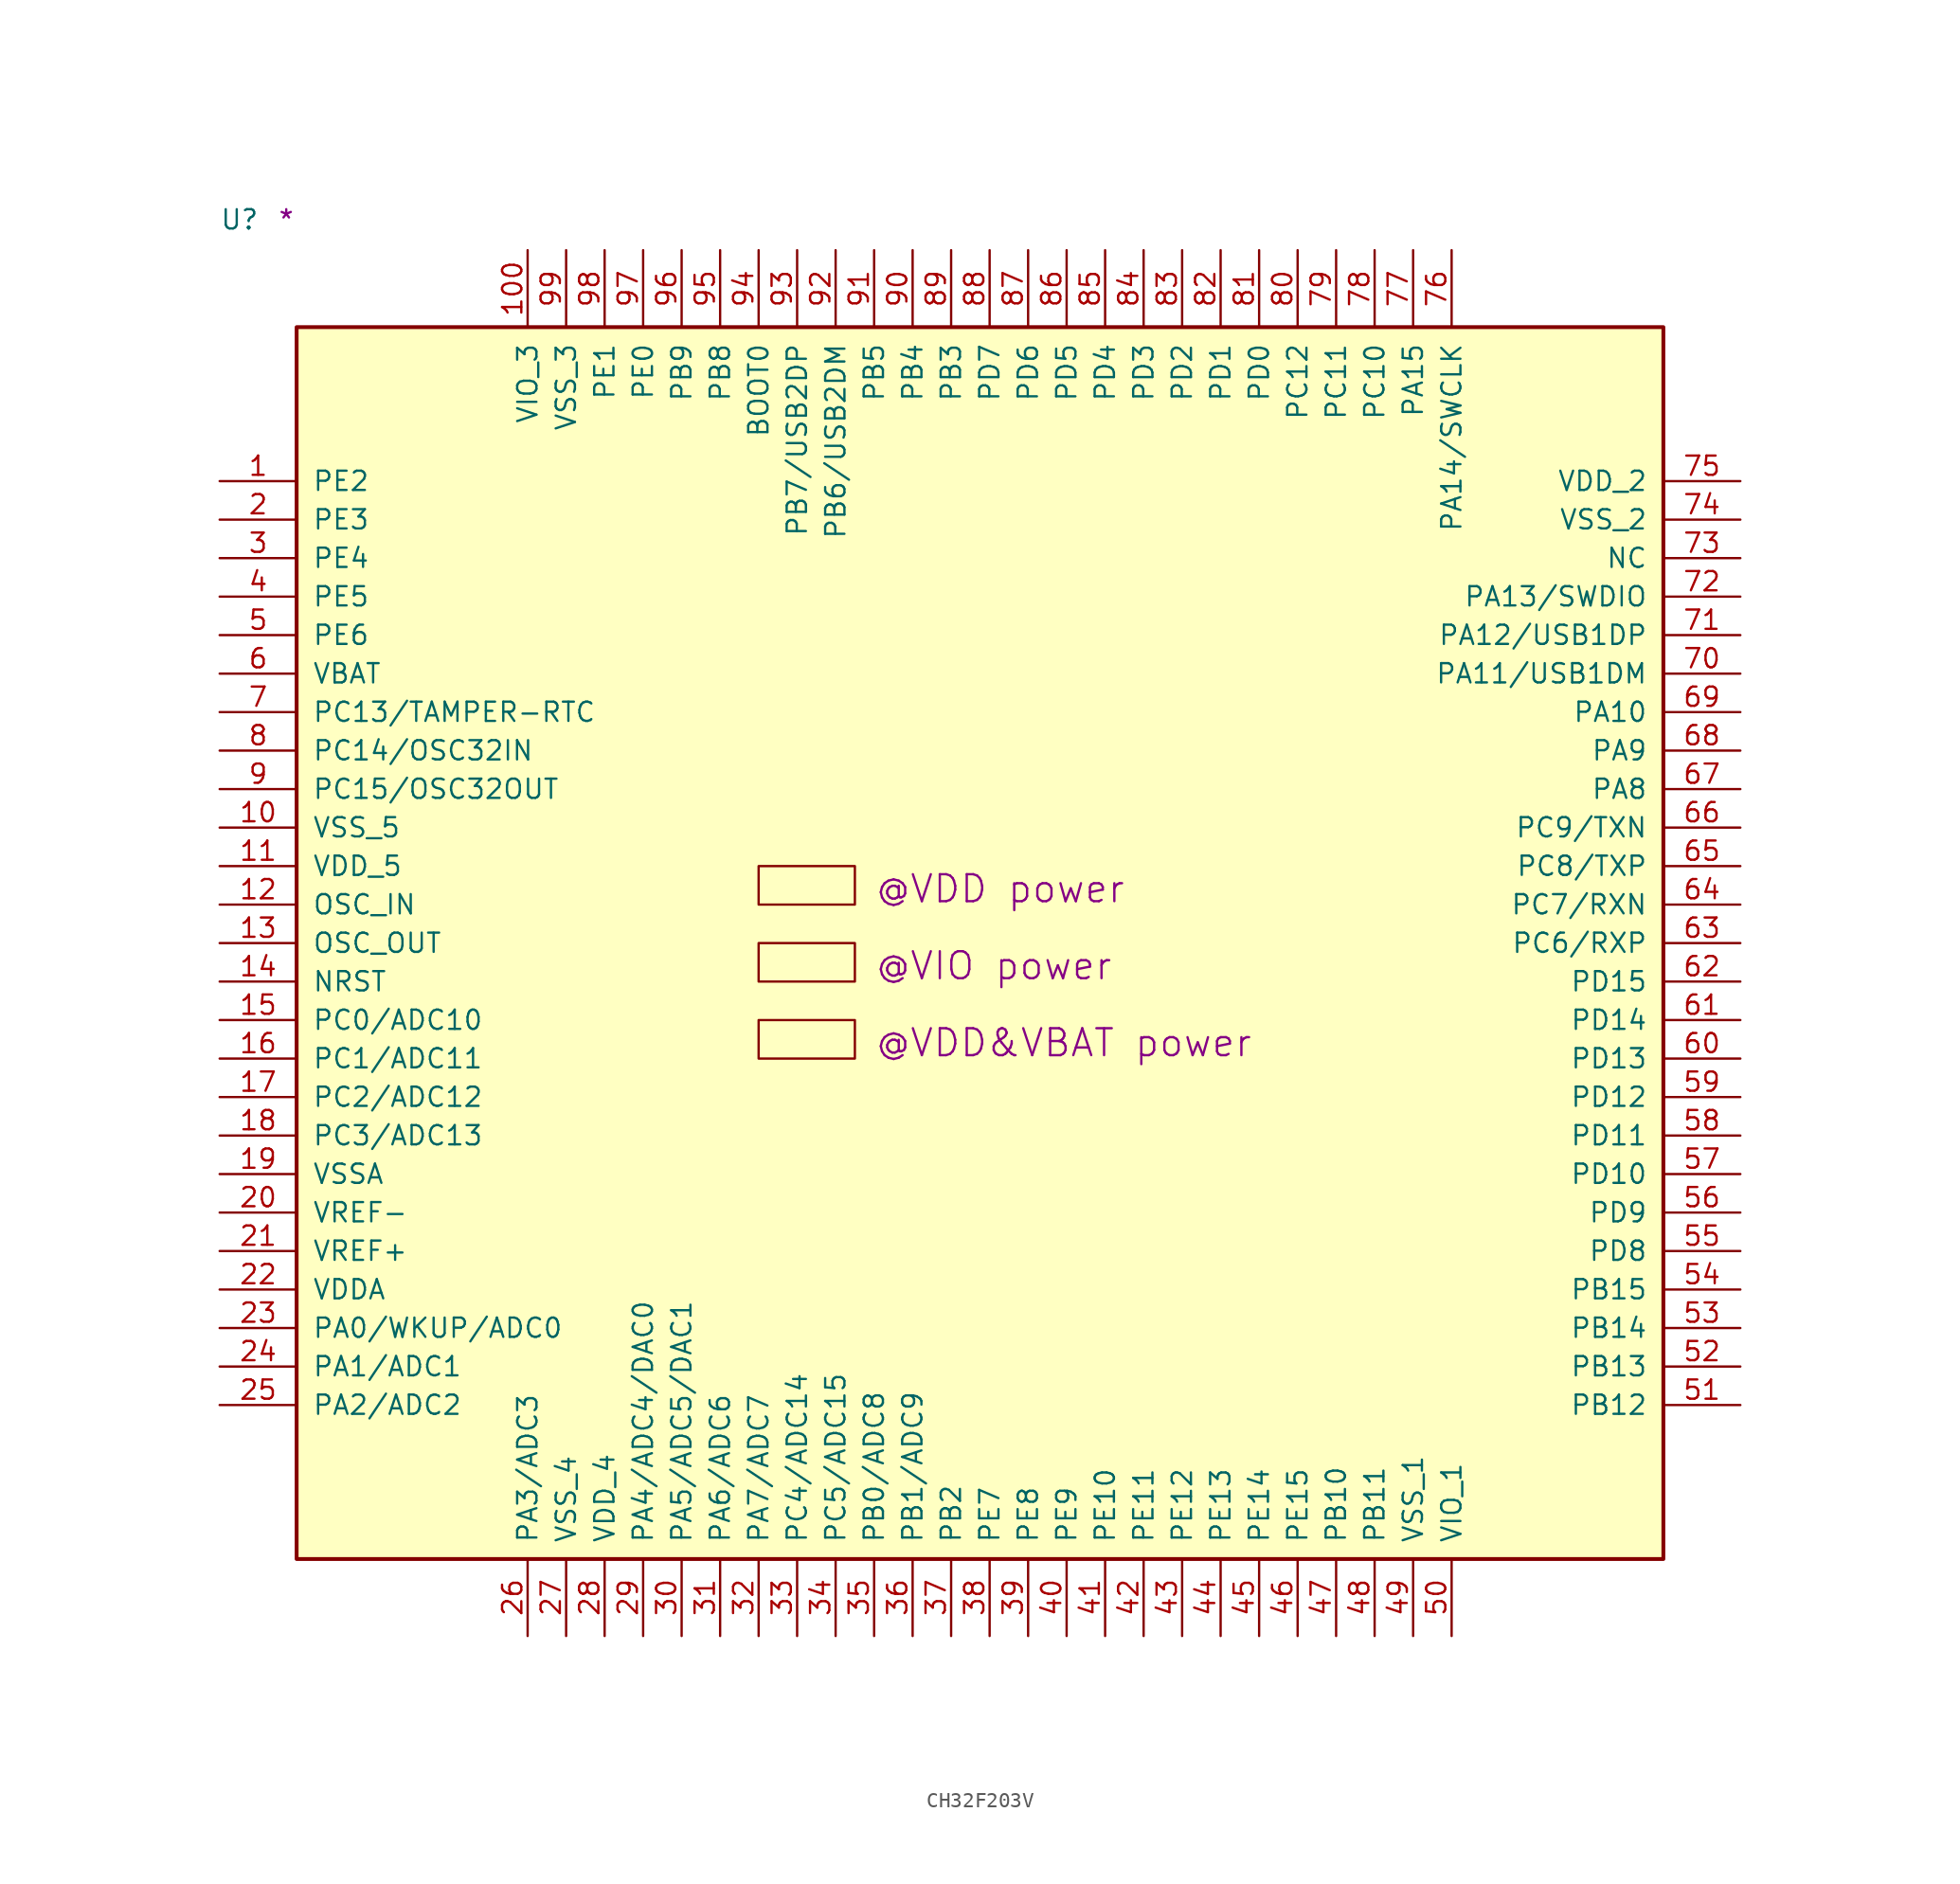
<source format=kicad_sym>
(kicad_symbol_lib
  (version 20211014)
  (generator kicad_symbol_editor)
  (symbol "CH32F203V"
    (pin_names
      (offset 1.016))
    (property "Reference" "U"
      (at -5.08 6.35 0)
      (effects (font (size 1.27 1.27)) (justify left bottom)))
    (property "user" "@VDD power"
      (at 38.1 -38.1 0)
      (effects (font (size 1.778 1.778)) (justify left bottom)))
    (property "user_1" "@VIO power"
      (at 38.1 -43.18 0)
      (effects (font (size 1.778 1.778)) (justify left bottom)))
    (property "user_2" "@VDD&VBAT power"
      (at 38.1 -48.26 0)
      (effects (font (size 1.778 1.778)) (justify left bottom)))
    (property "Comment" "*"
      (at -1.27 6.35 0)
      (effects (font (size 1.27 1.27)) (justify left bottom)))
    (symbol "CH32F203V_1_1"
      (rectangle (start 0 -81.28) (end 90.17 0) (stroke (width 0.254) (type default) (color 0 0 0 0)) (fill (type background)))
      (rectangle (start 30.48 -48.26) (end 36.83 -45.72) (stroke (width 0) (type default) (color 0 0 0 0)) (fill (type background)))
      (rectangle (start 30.48 -43.18) (end 36.83 -40.64) (stroke (width 0) (type default) (color 0 0 0 0)) (fill (type background)))
      (rectangle (start 30.48 -38.1) (end 36.83 -35.56) (stroke (width 0) (type default) (color 0 0 0 0)) (fill (type background)))
      (pin bidirectional line (at -5.08 -10.16 0) (length 5.08) (name "PE2" (effects (font (size 1.27 1.27)))) (number "1" (effects (font (size 1.27 1.27)))))
      (pin power_in line (at -5.08 -33.02 0) (length 5.08) (name "VSS_5" (effects (font (size 1.27 1.27)))) (number "10" (effects (font (size 1.27 1.27)))))
      (pin power_in line (at 15.24 5.08 270) (length 5.08) (name "VIO_3" (effects (font (size 1.27 1.27)))) (number "100" (effects (font (size 1.27 1.27)))))
      (pin power_in line (at -5.08 -35.56 0) (length 5.08) (name "VDD_5" (effects (font (size 1.27 1.27)))) (number "11" (effects (font (size 1.27 1.27)))))
      (pin input line (at -5.08 -38.1 0) (length 5.08) (name "OSC_IN" (effects (font (size 1.27 1.27)))) (number "12" (effects (font (size 1.27 1.27)))))
      (pin output line (at -5.08 -40.64 0) (length 5.08) (name "OSC_OUT" (effects (font (size 1.27 1.27)))) (number "13" (effects (font (size 1.27 1.27)))))
      (pin bidirectional line (at -5.08 -43.18 0) (length 5.08) (name "NRST" (effects (font (size 1.27 1.27)))) (number "14" (effects (font (size 1.27 1.27)))))
      (pin bidirectional line (at -5.08 -45.72 0) (length 5.08) (name "PC0/ADC10" (effects (font (size 1.27 1.27)))) (number "15" (effects (font (size 1.27 1.27)))))
      (pin bidirectional line (at -5.08 -48.26 0) (length 5.08) (name "PC1/ADC11" (effects (font (size 1.27 1.27)))) (number "16" (effects (font (size 1.27 1.27)))))
      (pin bidirectional line (at -5.08 -50.8 0) (length 5.08) (name "PC2/ADC12" (effects (font (size 1.27 1.27)))) (number "17" (effects (font (size 1.27 1.27)))))
      (pin bidirectional line (at -5.08 -53.34 0) (length 5.08) (name "PC3/ADC13" (effects (font (size 1.27 1.27)))) (number "18" (effects (font (size 1.27 1.27)))))
      (pin power_in line (at -5.08 -55.88 0) (length 5.08) (name "VSSA" (effects (font (size 1.27 1.27)))) (number "19" (effects (font (size 1.27 1.27)))))
      (pin bidirectional line (at -5.08 -12.7 0) (length 5.08) (name "PE3" (effects (font (size 1.27 1.27)))) (number "2" (effects (font (size 1.27 1.27)))))
      (pin power_in line (at -5.08 -58.42 0) (length 5.08) (name "VREF-" (effects (font (size 1.27 1.27)))) (number "20" (effects (font (size 1.27 1.27)))))
      (pin power_in line (at -5.08 -60.96 0) (length 5.08) (name "VREF+" (effects (font (size 1.27 1.27)))) (number "21" (effects (font (size 1.27 1.27)))))
      (pin power_in line (at -5.08 -63.5 0) (length 5.08) (name "VDDA" (effects (font (size 1.27 1.27)))) (number "22" (effects (font (size 1.27 1.27)))))
      (pin bidirectional line (at -5.08 -66.04 0) (length 5.08) (name "PA0/WKUP/ADC0" (effects (font (size 1.27 1.27)))) (number "23" (effects (font (size 1.27 1.27)))))
      (pin bidirectional line (at -5.08 -68.58 0) (length 5.08) (name "PA1/ADC1" (effects (font (size 1.27 1.27)))) (number "24" (effects (font (size 1.27 1.27)))))
      (pin bidirectional line (at -5.08 -71.12 0) (length 5.08) (name "PA2/ADC2" (effects (font (size 1.27 1.27)))) (number "25" (effects (font (size 1.27 1.27)))))
      (pin bidirectional line (at 15.24 -86.36 90) (length 5.08) (name "PA3/ADC3" (effects (font (size 1.27 1.27)))) (number "26" (effects (font (size 1.27 1.27)))))
      (pin power_in line (at 17.78 -86.36 90) (length 5.08) (name "VSS_4" (effects (font (size 1.27 1.27)))) (number "27" (effects (font (size 1.27 1.27)))))
      (pin power_in line (at 20.32 -86.36 90) (length 5.08) (name "VDD_4" (effects (font (size 1.27 1.27)))) (number "28" (effects (font (size 1.27 1.27)))))
      (pin bidirectional line (at 22.86 -86.36 90) (length 5.08) (name "PA4/ADC4/DAC0" (effects (font (size 1.27 1.27)))) (number "29" (effects (font (size 1.27 1.27)))))
      (pin bidirectional line (at -5.08 -15.24 0) (length 5.08) (name "PE4" (effects (font (size 1.27 1.27)))) (number "3" (effects (font (size 1.27 1.27)))))
      (pin bidirectional line (at 25.4 -86.36 90) (length 5.08) (name "PA5/ADC5/DAC1" (effects (font (size 1.27 1.27)))) (number "30" (effects (font (size 1.27 1.27)))))
      (pin bidirectional line (at 27.94 -86.36 90) (length 5.08) (name "PA6/ADC6" (effects (font (size 1.27 1.27)))) (number "31" (effects (font (size 1.27 1.27)))))
      (pin bidirectional line (at 30.48 -86.36 90) (length 5.08) (name "PA7/ADC7" (effects (font (size 1.27 1.27)))) (number "32" (effects (font (size 1.27 1.27)))))
      (pin bidirectional line (at 33.02 -86.36 90) (length 5.08) (name "PC4/ADC14" (effects (font (size 1.27 1.27)))) (number "33" (effects (font (size 1.27 1.27)))))
      (pin bidirectional line (at 35.56 -86.36 90) (length 5.08) (name "PC5/ADC15" (effects (font (size 1.27 1.27)))) (number "34" (effects (font (size 1.27 1.27)))))
      (pin bidirectional line (at 38.1 -86.36 90) (length 5.08) (name "PB0/ADC8" (effects (font (size 1.27 1.27)))) (number "35" (effects (font (size 1.27 1.27)))))
      (pin bidirectional line (at 40.64 -86.36 90) (length 5.08) (name "PB1/ADC9" (effects (font (size 1.27 1.27)))) (number "36" (effects (font (size 1.27 1.27)))))
      (pin bidirectional line (at 43.18 -86.36 90) (length 5.08) (name "PB2" (effects (font (size 1.27 1.27)))) (number "37" (effects (font (size 1.27 1.27)))))
      (pin bidirectional line (at 45.72 -86.36 90) (length 5.08) (name "PE7" (effects (font (size 1.27 1.27)))) (number "38" (effects (font (size 1.27 1.27)))))
      (pin bidirectional line (at 48.26 -86.36 90) (length 5.08) (name "PE8" (effects (font (size 1.27 1.27)))) (number "39" (effects (font (size 1.27 1.27)))))
      (pin bidirectional line (at -5.08 -17.78 0) (length 5.08) (name "PE5" (effects (font (size 1.27 1.27)))) (number "4" (effects (font (size 1.27 1.27)))))
      (pin bidirectional line (at 50.8 -86.36 90) (length 5.08) (name "PE9" (effects (font (size 1.27 1.27)))) (number "40" (effects (font (size 1.27 1.27)))))
      (pin bidirectional line (at 53.34 -86.36 90) (length 5.08) (name "PE10" (effects (font (size 1.27 1.27)))) (number "41" (effects (font (size 1.27 1.27)))))
      (pin bidirectional line (at 55.88 -86.36 90) (length 5.08) (name "PE11" (effects (font (size 1.27 1.27)))) (number "42" (effects (font (size 1.27 1.27)))))
      (pin bidirectional line (at 58.42 -86.36 90) (length 5.08) (name "PE12" (effects (font (size 1.27 1.27)))) (number "43" (effects (font (size 1.27 1.27)))))
      (pin bidirectional line (at 60.96 -86.36 90) (length 5.08) (name "PE13" (effects (font (size 1.27 1.27)))) (number "44" (effects (font (size 1.27 1.27)))))
      (pin bidirectional line (at 63.5 -86.36 90) (length 5.08) (name "PE14" (effects (font (size 1.27 1.27)))) (number "45" (effects (font (size 1.27 1.27)))))
      (pin bidirectional line (at 66.04 -86.36 90) (length 5.08) (name "PE15" (effects (font (size 1.27 1.27)))) (number "46" (effects (font (size 1.27 1.27)))))
      (pin bidirectional line (at 68.58 -86.36 90) (length 5.08) (name "PB10" (effects (font (size 1.27 1.27)))) (number "47" (effects (font (size 1.27 1.27)))))
      (pin bidirectional line (at 71.12 -86.36 90) (length 5.08) (name "PB11" (effects (font (size 1.27 1.27)))) (number "48" (effects (font (size 1.27 1.27)))))
      (pin power_in line (at 73.66 -86.36 90) (length 5.08) (name "VSS_1" (effects (font (size 1.27 1.27)))) (number "49" (effects (font (size 1.27 1.27)))))
      (pin bidirectional line (at -5.08 -20.32 0) (length 5.08) (name "PE6" (effects (font (size 1.27 1.27)))) (number "5" (effects (font (size 1.27 1.27)))))
      (pin power_in line (at 76.2 -86.36 90) (length 5.08) (name "VIO_1" (effects (font (size 1.27 1.27)))) (number "50" (effects (font (size 1.27 1.27)))))
      (pin bidirectional line (at 95.25 -71.12 180) (length 5.08) (name "PB12" (effects (font (size 1.27 1.27)))) (number "51" (effects (font (size 1.27 1.27)))))
      (pin bidirectional line (at 95.25 -68.58 180) (length 5.08) (name "PB13" (effects (font (size 1.27 1.27)))) (number "52" (effects (font (size 1.27 1.27)))))
      (pin bidirectional line (at 95.25 -66.04 180) (length 5.08) (name "PB14" (effects (font (size 1.27 1.27)))) (number "53" (effects (font (size 1.27 1.27)))))
      (pin bidirectional line (at 95.25 -63.5 180) (length 5.08) (name "PB15" (effects (font (size 1.27 1.27)))) (number "54" (effects (font (size 1.27 1.27)))))
      (pin bidirectional line (at 95.25 -60.96 180) (length 5.08) (name "PD8" (effects (font (size 1.27 1.27)))) (number "55" (effects (font (size 1.27 1.27)))))
      (pin bidirectional line (at 95.25 -58.42 180) (length 5.08) (name "PD9" (effects (font (size 1.27 1.27)))) (number "56" (effects (font (size 1.27 1.27)))))
      (pin bidirectional line (at 95.25 -55.88 180) (length 5.08) (name "PD10" (effects (font (size 1.27 1.27)))) (number "57" (effects (font (size 1.27 1.27)))))
      (pin bidirectional line (at 95.25 -53.34 180) (length 5.08) (name "PD11" (effects (font (size 1.27 1.27)))) (number "58" (effects (font (size 1.27 1.27)))))
      (pin bidirectional line (at 95.25 -50.8 180) (length 5.08) (name "PD12" (effects (font (size 1.27 1.27)))) (number "59" (effects (font (size 1.27 1.27)))))
      (pin power_in line (at -5.08 -22.86 0) (length 5.08) (name "VBAT" (effects (font (size 1.27 1.27)))) (number "6" (effects (font (size 1.27 1.27)))))
      (pin bidirectional line (at 95.25 -48.26 180) (length 5.08) (name "PD13" (effects (font (size 1.27 1.27)))) (number "60" (effects (font (size 1.27 1.27)))))
      (pin bidirectional line (at 95.25 -45.72 180) (length 5.08) (name "PD14" (effects (font (size 1.27 1.27)))) (number "61" (effects (font (size 1.27 1.27)))))
      (pin bidirectional line (at 95.25 -43.18 180) (length 5.08) (name "PD15" (effects (font (size 1.27 1.27)))) (number "62" (effects (font (size 1.27 1.27)))))
      (pin bidirectional line (at 95.25 -40.64 180) (length 5.08) (name "PC6/RXP" (effects (font (size 1.27 1.27)))) (number "63" (effects (font (size 1.27 1.27)))))
      (pin bidirectional line (at 95.25 -38.1 180) (length 5.08) (name "PC7/RXN" (effects (font (size 1.27 1.27)))) (number "64" (effects (font (size 1.27 1.27)))))
      (pin bidirectional line (at 95.25 -35.56 180) (length 5.08) (name "PC8/TXP" (effects (font (size 1.27 1.27)))) (number "65" (effects (font (size 1.27 1.27)))))
      (pin bidirectional line (at 95.25 -33.02 180) (length 5.08) (name "PC9/TXN" (effects (font (size 1.27 1.27)))) (number "66" (effects (font (size 1.27 1.27)))))
      (pin bidirectional line (at 95.25 -30.48 180) (length 5.08) (name "PA8" (effects (font (size 1.27 1.27)))) (number "67" (effects (font (size 1.27 1.27)))))
      (pin bidirectional line (at 95.25 -27.94 180) (length 5.08) (name "PA9" (effects (font (size 1.27 1.27)))) (number "68" (effects (font (size 1.27 1.27)))))
      (pin bidirectional line (at 95.25 -25.4 180) (length 5.08) (name "PA10" (effects (font (size 1.27 1.27)))) (number "69" (effects (font (size 1.27 1.27)))))
      (pin bidirectional line (at -5.08 -25.4 0) (length 5.08) (name "PC13/TAMPER-RTC" (effects (font (size 1.27 1.27)))) (number "7" (effects (font (size 1.27 1.27)))))
      (pin bidirectional line (at 95.25 -22.86 180) (length 5.08) (name "PA11/USB1DM" (effects (font (size 1.27 1.27)))) (number "70" (effects (font (size 1.27 1.27)))))
      (pin bidirectional line (at 95.25 -20.32 180) (length 5.08) (name "PA12/USB1DP" (effects (font (size 1.27 1.27)))) (number "71" (effects (font (size 1.27 1.27)))))
      (pin bidirectional line (at 95.25 -17.78 180) (length 5.08) (name "PA13/SWDIO" (effects (font (size 1.27 1.27)))) (number "72" (effects (font (size 1.27 1.27)))))
      (pin tri_state line (at 95.25 -15.24 180) (length 5.08) (name "NC" (effects (font (size 1.27 1.27)))) (number "73" (effects (font (size 1.27 1.27)))))
      (pin power_in line (at 95.25 -12.7 180) (length 5.08) (name "VSS_2" (effects (font (size 1.27 1.27)))) (number "74" (effects (font (size 1.27 1.27)))))
      (pin power_in line (at 95.25 -10.16 180) (length 5.08) (name "VDD_2" (effects (font (size 1.27 1.27)))) (number "75" (effects (font (size 1.27 1.27)))))
      (pin bidirectional line (at 76.2 5.08 270) (length 5.08) (name "PA14/SWCLK" (effects (font (size 1.27 1.27)))) (number "76" (effects (font (size 1.27 1.27)))))
      (pin bidirectional line (at 73.66 5.08 270) (length 5.08) (name "PA15" (effects (font (size 1.27 1.27)))) (number "77" (effects (font (size 1.27 1.27)))))
      (pin bidirectional line (at 71.12 5.08 270) (length 5.08) (name "PC10" (effects (font (size 1.27 1.27)))) (number "78" (effects (font (size 1.27 1.27)))))
      (pin bidirectional line (at 68.58 5.08 270) (length 5.08) (name "PC11" (effects (font (size 1.27 1.27)))) (number "79" (effects (font (size 1.27 1.27)))))
      (pin bidirectional line (at -5.08 -27.94 0) (length 5.08) (name "PC14/OSC32IN" (effects (font (size 1.27 1.27)))) (number "8" (effects (font (size 1.27 1.27)))))
      (pin bidirectional line (at 66.04 5.08 270) (length 5.08) (name "PC12" (effects (font (size 1.27 1.27)))) (number "80" (effects (font (size 1.27 1.27)))))
      (pin bidirectional line (at 63.5 5.08 270) (length 5.08) (name "PD0" (effects (font (size 1.27 1.27)))) (number "81" (effects (font (size 1.27 1.27)))))
      (pin bidirectional line (at 60.96 5.08 270) (length 5.08) (name "PD1" (effects (font (size 1.27 1.27)))) (number "82" (effects (font (size 1.27 1.27)))))
      (pin bidirectional line (at 58.42 5.08 270) (length 5.08) (name "PD2" (effects (font (size 1.27 1.27)))) (number "83" (effects (font (size 1.27 1.27)))))
      (pin bidirectional line (at 55.88 5.08 270) (length 5.08) (name "PD3" (effects (font (size 1.27 1.27)))) (number "84" (effects (font (size 1.27 1.27)))))
      (pin bidirectional line (at 53.34 5.08 270) (length 5.08) (name "PD4" (effects (font (size 1.27 1.27)))) (number "85" (effects (font (size 1.27 1.27)))))
      (pin bidirectional line (at 50.8 5.08 270) (length 5.08) (name "PD5" (effects (font (size 1.27 1.27)))) (number "86" (effects (font (size 1.27 1.27)))))
      (pin bidirectional line (at 48.26 5.08 270) (length 5.08) (name "PD6" (effects (font (size 1.27 1.27)))) (number "87" (effects (font (size 1.27 1.27)))))
      (pin bidirectional line (at 45.72 5.08 270) (length 5.08) (name "PD7" (effects (font (size 1.27 1.27)))) (number "88" (effects (font (size 1.27 1.27)))))
      (pin bidirectional line (at 43.18 5.08 270) (length 5.08) (name "PB3" (effects (font (size 1.27 1.27)))) (number "89" (effects (font (size 1.27 1.27)))))
      (pin bidirectional line (at -5.08 -30.48 0) (length 5.08) (name "PC15/OSC32OUT" (effects (font (size 1.27 1.27)))) (number "9" (effects (font (size 1.27 1.27)))))
      (pin bidirectional line (at 40.64 5.08 270) (length 5.08) (name "PB4" (effects (font (size 1.27 1.27)))) (number "90" (effects (font (size 1.27 1.27)))))
      (pin bidirectional line (at 38.1 5.08 270) (length 5.08) (name "PB5" (effects (font (size 1.27 1.27)))) (number "91" (effects (font (size 1.27 1.27)))))
      (pin bidirectional line (at 35.56 5.08 270) (length 5.08) (name "PB6/USB2DM" (effects (font (size 1.27 1.27)))) (number "92" (effects (font (size 1.27 1.27)))))
      (pin bidirectional line (at 33.02 5.08 270) (length 5.08) (name "PB7/USB2DP" (effects (font (size 1.27 1.27)))) (number "93" (effects (font (size 1.27 1.27)))))
      (pin input line (at 30.48 5.08 270) (length 5.08) (name "BOOT0" (effects (font (size 1.27 1.27)))) (number "94" (effects (font (size 1.27 1.27)))))
      (pin bidirectional line (at 27.94 5.08 270) (length 5.08) (name "PB8" (effects (font (size 1.27 1.27)))) (number "95" (effects (font (size 1.27 1.27)))))
      (pin bidirectional line (at 25.4 5.08 270) (length 5.08) (name "PB9" (effects (font (size 1.27 1.27)))) (number "96" (effects (font (size 1.27 1.27)))))
      (pin bidirectional line (at 22.86 5.08 270) (length 5.08) (name "PE0" (effects (font (size 1.27 1.27)))) (number "97" (effects (font (size 1.27 1.27)))))
      (pin bidirectional line (at 20.32 5.08 270) (length 5.08) (name "PE1" (effects (font (size 1.27 1.27)))) (number "98" (effects (font (size 1.27 1.27)))))
      (pin power_in line (at 17.78 5.08 270) (length 5.08) (name "VSS_3" (effects (font (size 1.27 1.27)))) (number "99" (effects (font (size 1.27 1.27))))))))
</source>
